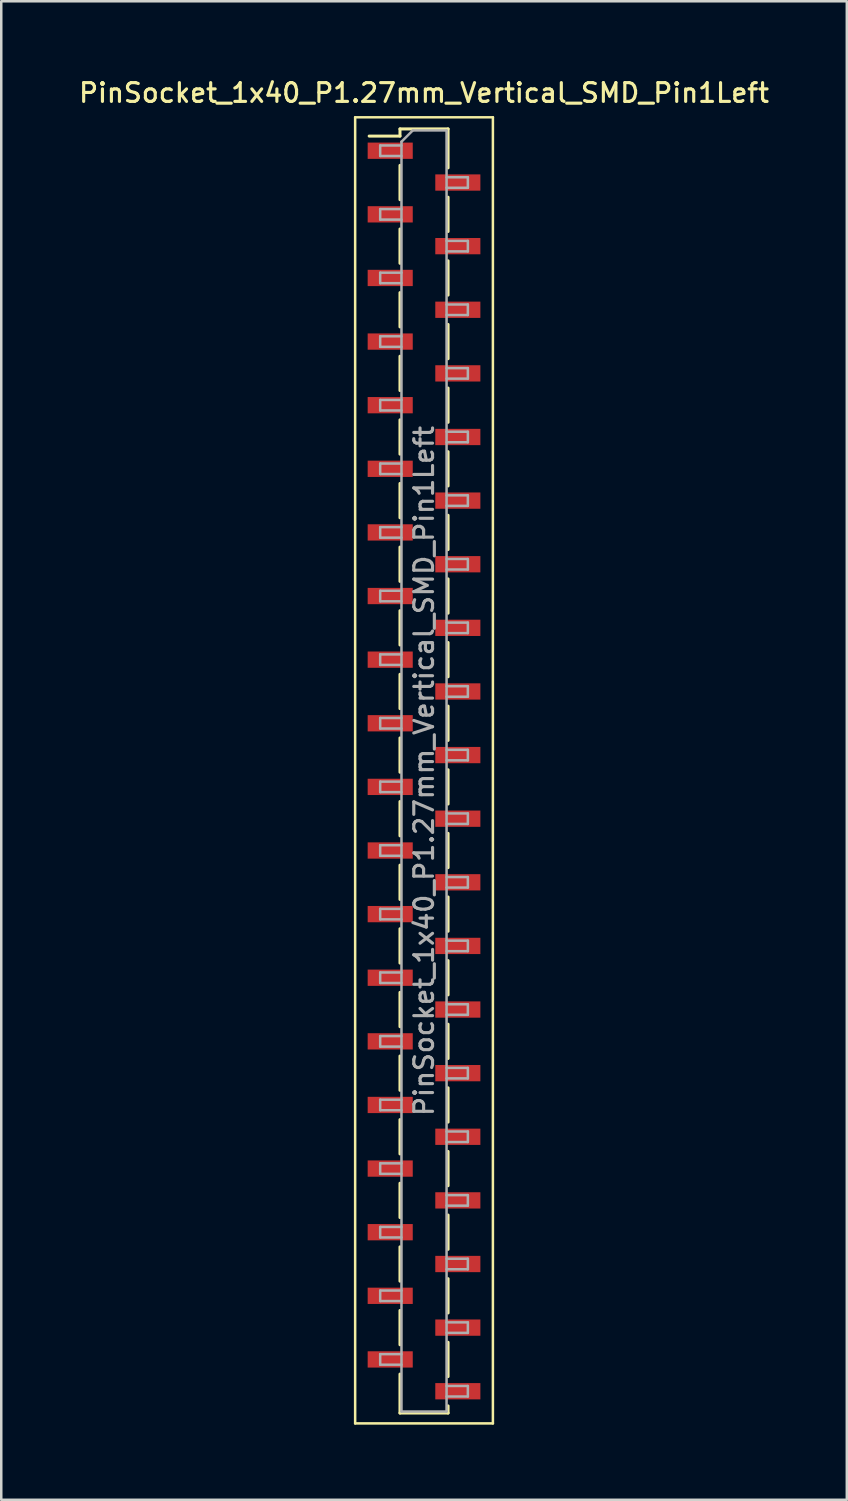
<source format=kicad_pcb>
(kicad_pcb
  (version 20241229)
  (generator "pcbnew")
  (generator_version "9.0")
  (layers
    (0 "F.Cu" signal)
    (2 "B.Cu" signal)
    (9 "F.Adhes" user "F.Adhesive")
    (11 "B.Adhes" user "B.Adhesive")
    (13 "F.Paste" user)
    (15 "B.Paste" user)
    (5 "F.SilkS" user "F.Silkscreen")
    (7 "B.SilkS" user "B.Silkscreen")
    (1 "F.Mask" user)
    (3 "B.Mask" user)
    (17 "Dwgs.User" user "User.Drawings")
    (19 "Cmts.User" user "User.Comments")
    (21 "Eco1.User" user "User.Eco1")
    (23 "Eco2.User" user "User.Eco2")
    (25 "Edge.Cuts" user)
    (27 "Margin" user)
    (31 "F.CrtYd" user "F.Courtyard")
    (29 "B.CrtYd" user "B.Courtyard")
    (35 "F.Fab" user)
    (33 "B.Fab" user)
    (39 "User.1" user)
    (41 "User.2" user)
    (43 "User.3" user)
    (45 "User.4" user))
  (footprint "PinSocket_1x40_P1.27mm_Vertical_SMD_Pin1Left"
    (layer "F.Cu")
    (at 13.88 27.733)
    (property "Reference" "PinSocket_1x40_P1.27mm_Vertical_SMD_Pin1Left" (at 0 -27.075 0) (layer "F.SilkS") (effects (font (size 0.75 0.75) (thickness 0.125))))
    (attr smd)
    (fp_line (start -2.75 -26.1) (end 2.75 -26.1) (stroke (width 0.1) (type solid)) (layer "F.SilkS"))
    (fp_line (start -2.75 26.05) (end -2.75 -26.1) (stroke (width 0.1) (type solid)) (layer "F.SilkS"))
    (fp_line (start -2.19 -25.35) (end -0.96 -25.35) (stroke (width 0.12) (type solid)) (layer "F.SilkS"))
    (fp_line (start -0.96 -25.635) (end -0.96 -25.35) (stroke (width 0.12) (type solid)) (layer "F.SilkS"))
    (fp_line (start -0.96 -25.635) (end 0.96 -25.635) (stroke (width 0.12) (type solid)) (layer "F.SilkS"))
    (fp_line (start -0.96 -24.18) (end -0.96 -22.81) (stroke (width 0.12) (type solid)) (layer "F.SilkS"))
    (fp_line (start -0.96 -21.64) (end -0.96 -20.27) (stroke (width 0.12) (type solid)) (layer "F.SilkS"))
    (fp_line (start -0.96 -19.1) (end -0.96 -17.73) (stroke (width 0.12) (type solid)) (layer "F.SilkS"))
    (fp_line (start -0.96 -16.56) (end -0.96 -15.19) (stroke (width 0.12) (type solid)) (layer "F.SilkS"))
    (fp_line (start -0.96 -14.02) (end -0.96 -12.65) (stroke (width 0.12) (type solid)) (layer "F.SilkS"))
    (fp_line (start -0.96 -11.48) (end -0.96 -10.11) (stroke (width 0.12) (type solid)) (layer "F.SilkS"))
    (fp_line (start -0.96 -8.94) (end -0.96 -7.57) (stroke (width 0.12) (type solid)) (layer "F.SilkS"))
    (fp_line (start -0.96 -6.4) (end -0.96 -5.03) (stroke (width 0.12) (type solid)) (layer "F.SilkS"))
    (fp_line (start -0.96 -3.86) (end -0.96 -2.49) (stroke (width 0.12) (type solid)) (layer "F.SilkS"))
    (fp_line (start -0.96 -1.32) (end -0.96 0.05) (stroke (width 0.12) (type solid)) (layer "F.SilkS"))
    (fp_line (start -0.96 1.22) (end -0.96 2.59) (stroke (width 0.12) (type solid)) (layer "F.SilkS"))
    (fp_line (start -0.96 3.76) (end -0.96 5.13) (stroke (width 0.12) (type solid)) (layer "F.SilkS"))
    (fp_line (start -0.96 6.3) (end -0.96 7.67) (stroke (width 0.12) (type solid)) (layer "F.SilkS"))
    (fp_line (start -0.96 8.84) (end -0.96 10.21) (stroke (width 0.12) (type solid)) (layer "F.SilkS"))
    (fp_line (start -0.96 11.38) (end -0.96 12.75) (stroke (width 0.12) (type solid)) (layer "F.SilkS"))
    (fp_line (start -0.96 13.92) (end -0.96 15.29) (stroke (width 0.12) (type solid)) (layer "F.SilkS"))
    (fp_line (start -0.96 16.46) (end -0.96 17.83) (stroke (width 0.12) (type solid)) (layer "F.SilkS"))
    (fp_line (start -0.96 19) (end -0.96 20.37) (stroke (width 0.12) (type solid)) (layer "F.SilkS"))
    (fp_line (start -0.96 21.54) (end -0.96 22.91) (stroke (width 0.12) (type solid)) (layer "F.SilkS"))
    (fp_line (start -0.96 24.08) (end -0.96 25.635) (stroke (width 0.12) (type solid)) (layer "F.SilkS"))
    (fp_line (start -0.96 25.635) (end 0.96 25.635) (stroke (width 0.12) (type solid)) (layer "F.SilkS"))
    (fp_line (start 0.96 -25.635) (end 0.96 -24.08) (stroke (width 0.12) (type solid)) (layer "F.SilkS"))
    (fp_line (start 0.96 -22.91) (end 0.96 -21.54) (stroke (width 0.12) (type solid)) (layer "F.SilkS"))
    (fp_line (start 0.96 -20.37) (end 0.96 -19) (stroke (width 0.12) (type solid)) (layer "F.SilkS"))
    (fp_line (start 0.96 -17.83) (end 0.96 -16.46) (stroke (width 0.12) (type solid)) (layer "F.SilkS"))
    (fp_line (start 0.96 -15.29) (end 0.96 -13.92) (stroke (width 0.12) (type solid)) (layer "F.SilkS"))
    (fp_line (start 0.96 -12.75) (end 0.96 -11.38) (stroke (width 0.12) (type solid)) (layer "F.SilkS"))
    (fp_line (start 0.96 -10.21) (end 0.96 -8.84) (stroke (width 0.12) (type solid)) (layer "F.SilkS"))
    (fp_line (start 0.96 -7.67) (end 0.96 -6.3) (stroke (width 0.12) (type solid)) (layer "F.SilkS"))
    (fp_line (start 0.96 -5.13) (end 0.96 -3.76) (stroke (width 0.12) (type solid)) (layer "F.SilkS"))
    (fp_line (start 0.96 -2.59) (end 0.96 -1.22) (stroke (width 0.12) (type solid)) (layer "F.SilkS"))
    (fp_line (start 0.96 -0.05) (end 0.96 1.32) (stroke (width 0.12) (type solid)) (layer "F.SilkS"))
    (fp_line (start 0.96 2.49) (end 0.96 3.86) (stroke (width 0.12) (type solid)) (layer "F.SilkS"))
    (fp_line (start 0.96 5.03) (end 0.96 6.4) (stroke (width 0.12) (type solid)) (layer "F.SilkS"))
    (fp_line (start 0.96 7.57) (end 0.96 8.94) (stroke (width 0.12) (type solid)) (layer "F.SilkS"))
    (fp_line (start 0.96 10.11) (end 0.96 11.48) (stroke (width 0.12) (type solid)) (layer "F.SilkS"))
    (fp_line (start 0.96 12.65) (end 0.96 14.02) (stroke (width 0.12) (type solid)) (layer "F.SilkS"))
    (fp_line (start 0.96 15.19) (end 0.96 16.56) (stroke (width 0.12) (type solid)) (layer "F.SilkS"))
    (fp_line (start 0.96 17.73) (end 0.96 19.1) (stroke (width 0.12) (type solid)) (layer "F.SilkS"))
    (fp_line (start 0.96 20.27) (end 0.96 21.64) (stroke (width 0.12) (type solid)) (layer "F.SilkS"))
    (fp_line (start 0.96 22.81) (end 0.96 24.18) (stroke (width 0.12) (type solid)) (layer "F.SilkS"))
    (fp_line (start 0.96 25.35) (end 0.96 25.635) (stroke (width 0.12) (type solid)) (layer "F.SilkS"))
    (fp_line (start 2.75 -26.1) (end 2.75 26.05) (stroke (width 0.1) (type solid)) (layer "F.SilkS"))
    (fp_line (start 2.75 26.05) (end -2.75 26.05) (stroke (width 0.1) (type solid)) (layer "F.SilkS"))
    (fp_line (start -1.75 -24.975) (end -0.9 -24.975) (stroke (width 0.1) (type solid)) (layer "F.Fab"))
    (fp_line (start -1.75 -24.555) (end -1.75 -24.975) (stroke (width 0.1) (type solid)) (layer "F.Fab"))
    (fp_line (start -1.75 -22.435) (end -0.9 -22.435) (stroke (width 0.1) (type solid)) (layer "F.Fab"))
    (fp_line (start -1.75 -22.015) (end -1.75 -22.435) (stroke (width 0.1) (type solid)) (layer "F.Fab"))
    (fp_line (start -1.75 -19.895) (end -0.9 -19.895) (stroke (width 0.1) (type solid)) (layer "F.Fab"))
    (fp_line (start -1.75 -19.475) (end -1.75 -19.895) (stroke (width 0.1) (type solid)) (layer "F.Fab"))
    (fp_line (start -1.75 -17.355) (end -0.9 -17.355) (stroke (width 0.1) (type solid)) (layer "F.Fab"))
    (fp_line (start -1.75 -16.935) (end -1.75 -17.355) (stroke (width 0.1) (type solid)) (layer "F.Fab"))
    (fp_line (start -1.75 -14.815) (end -0.9 -14.815) (stroke (width 0.1) (type solid)) (layer "F.Fab"))
    (fp_line (start -1.75 -14.395) (end -1.75 -14.815) (stroke (width 0.1) (type solid)) (layer "F.Fab"))
    (fp_line (start -1.75 -12.275) (end -0.9 -12.275) (stroke (width 0.1) (type solid)) (layer "F.Fab"))
    (fp_line (start -1.75 -11.855) (end -1.75 -12.275) (stroke (width 0.1) (type solid)) (layer "F.Fab"))
    (fp_line (start -1.75 -9.735) (end -0.9 -9.735) (stroke (width 0.1) (type solid)) (layer "F.Fab"))
    (fp_line (start -1.75 -9.315) (end -1.75 -9.735) (stroke (width 0.1) (type solid)) (layer "F.Fab"))
    (fp_line (start -1.75 -7.195) (end -0.9 -7.195) (stroke (width 0.1) (type solid)) (layer "F.Fab"))
    (fp_line (start -1.75 -6.775) (end -1.75 -7.195) (stroke (width 0.1) (type solid)) (layer "F.Fab"))
    (fp_line (start -1.75 -4.655) (end -0.9 -4.655) (stroke (width 0.1) (type solid)) (layer "F.Fab"))
    (fp_line (start -1.75 -4.235) (end -1.75 -4.655) (stroke (width 0.1) (type solid)) (layer "F.Fab"))
    (fp_line (start -1.75 -2.115) (end -0.9 -2.115) (stroke (width 0.1) (type solid)) (layer "F.Fab"))
    (fp_line (start -1.75 -1.695) (end -1.75 -2.115) (stroke (width 0.1) (type solid)) (layer "F.Fab"))
    (fp_line (start -1.75 0.425) (end -0.9 0.425) (stroke (width 0.1) (type solid)) (layer "F.Fab"))
    (fp_line (start -1.75 0.845) (end -1.75 0.425) (stroke (width 0.1) (type solid)) (layer "F.Fab"))
    (fp_line (start -1.75 2.965) (end -0.9 2.965) (stroke (width 0.1) (type solid)) (layer "F.Fab"))
    (fp_line (start -1.75 3.385) (end -1.75 2.965) (stroke (width 0.1) (type solid)) (layer "F.Fab"))
    (fp_line (start -1.75 5.505) (end -0.9 5.505) (stroke (width 0.1) (type solid)) (layer "F.Fab"))
    (fp_line (start -1.75 5.925) (end -1.75 5.505) (stroke (width 0.1) (type solid)) (layer "F.Fab"))
    (fp_line (start -1.75 8.045) (end -0.9 8.045) (stroke (width 0.1) (type solid)) (layer "F.Fab"))
    (fp_line (start -1.75 8.465) (end -1.75 8.045) (stroke (width 0.1) (type solid)) (layer "F.Fab"))
    (fp_line (start -1.75 10.585) (end -0.9 10.585) (stroke (width 0.1) (type solid)) (layer "F.Fab"))
    (fp_line (start -1.75 11.005) (end -1.75 10.585) (stroke (width 0.1) (type solid)) (layer "F.Fab"))
    (fp_line (start -1.75 13.125) (end -0.9 13.125) (stroke (width 0.1) (type solid)) (layer "F.Fab"))
    (fp_line (start -1.75 13.545) (end -1.75 13.125) (stroke (width 0.1) (type solid)) (layer "F.Fab"))
    (fp_line (start -1.75 15.665) (end -0.9 15.665) (stroke (width 0.1) (type solid)) (layer "F.Fab"))
    (fp_line (start -1.75 16.085) (end -1.75 15.665) (stroke (width 0.1) (type solid)) (layer "F.Fab"))
    (fp_line (start -1.75 18.205) (end -0.9 18.205) (stroke (width 0.1) (type solid)) (layer "F.Fab"))
    (fp_line (start -1.75 18.625) (end -1.75 18.205) (stroke (width 0.1) (type solid)) (layer "F.Fab"))
    (fp_line (start -1.75 20.745) (end -0.9 20.745) (stroke (width 0.1) (type solid)) (layer "F.Fab"))
    (fp_line (start -1.75 21.165) (end -1.75 20.745) (stroke (width 0.1) (type solid)) (layer "F.Fab"))
    (fp_line (start -1.75 23.285) (end -0.9 23.285) (stroke (width 0.1) (type solid)) (layer "F.Fab"))
    (fp_line (start -1.75 23.705) (end -1.75 23.285) (stroke (width 0.1) (type solid)) (layer "F.Fab"))
    (fp_line (start -0.9 -25.125) (end -0.45 -25.575) (stroke (width 0.1) (type solid)) (layer "F.Fab"))
    (fp_line (start -0.9 -24.555) (end -1.75 -24.555) (stroke (width 0.1) (type solid)) (layer "F.Fab"))
    (fp_line (start -0.9 -22.015) (end -1.75 -22.015) (stroke (width 0.1) (type solid)) (layer "F.Fab"))
    (fp_line (start -0.9 -19.475) (end -1.75 -19.475) (stroke (width 0.1) (type solid)) (layer "F.Fab"))
    (fp_line (start -0.9 -16.935) (end -1.75 -16.935) (stroke (width 0.1) (type solid)) (layer "F.Fab"))
    (fp_line (start -0.9 -14.395) (end -1.75 -14.395) (stroke (width 0.1) (type solid)) (layer "F.Fab"))
    (fp_line (start -0.9 -11.855) (end -1.75 -11.855) (stroke (width 0.1) (type solid)) (layer "F.Fab"))
    (fp_line (start -0.9 -9.315) (end -1.75 -9.315) (stroke (width 0.1) (type solid)) (layer "F.Fab"))
    (fp_line (start -0.9 -6.775) (end -1.75 -6.775) (stroke (width 0.1) (type solid)) (layer "F.Fab"))
    (fp_line (start -0.9 -4.235) (end -1.75 -4.235) (stroke (width 0.1) (type solid)) (layer "F.Fab"))
    (fp_line (start -0.9 -1.695) (end -1.75 -1.695) (stroke (width 0.1) (type solid)) (layer "F.Fab"))
    (fp_line (start -0.9 0.845) (end -1.75 0.845) (stroke (width 0.1) (type solid)) (layer "F.Fab"))
    (fp_line (start -0.9 3.385) (end -1.75 3.385) (stroke (width 0.1) (type solid)) (layer "F.Fab"))
    (fp_line (start -0.9 5.925) (end -1.75 5.925) (stroke (width 0.1) (type solid)) (layer "F.Fab"))
    (fp_line (start -0.9 8.465) (end -1.75 8.465) (stroke (width 0.1) (type solid)) (layer "F.Fab"))
    (fp_line (start -0.9 11.005) (end -1.75 11.005) (stroke (width 0.1) (type solid)) (layer "F.Fab"))
    (fp_line (start -0.9 13.545) (end -1.75 13.545) (stroke (width 0.1) (type solid)) (layer "F.Fab"))
    (fp_line (start -0.9 16.085) (end -1.75 16.085) (stroke (width 0.1) (type solid)) (layer "F.Fab"))
    (fp_line (start -0.9 18.625) (end -1.75 18.625) (stroke (width 0.1) (type solid)) (layer "F.Fab"))
    (fp_line (start -0.9 21.165) (end -1.75 21.165) (stroke (width 0.1) (type solid)) (layer "F.Fab"))
    (fp_line (start -0.9 23.705) (end -1.75 23.705) (stroke (width 0.1) (type solid)) (layer "F.Fab"))
    (fp_line (start -0.9 25.575) (end -0.9 -25.125) (stroke (width 0.1) (type solid)) (layer "F.Fab"))
    (fp_line (start -0.45 -25.575) (end 0.9 -25.575) (stroke (width 0.1) (type solid)) (layer "F.Fab"))
    (fp_line (start 0.9 -25.575) (end 0.9 25.575) (stroke (width 0.1) (type solid)) (layer "F.Fab"))
    (fp_line (start 0.9 -23.705) (end 1.75 -23.705) (stroke (width 0.1) (type solid)) (layer "F.Fab"))
    (fp_line (start 0.9 -21.165) (end 1.75 -21.165) (stroke (width 0.1) (type solid)) (layer "F.Fab"))
    (fp_line (start 0.9 -18.625) (end 1.75 -18.625) (stroke (width 0.1) (type solid)) (layer "F.Fab"))
    (fp_line (start 0.9 -16.085) (end 1.75 -16.085) (stroke (width 0.1) (type solid)) (layer "F.Fab"))
    (fp_line (start 0.9 -13.545) (end 1.75 -13.545) (stroke (width 0.1) (type solid)) (layer "F.Fab"))
    (fp_line (start 0.9 -11.005) (end 1.75 -11.005) (stroke (width 0.1) (type solid)) (layer "F.Fab"))
    (fp_line (start 0.9 -8.465) (end 1.75 -8.465) (stroke (width 0.1) (type solid)) (layer "F.Fab"))
    (fp_line (start 0.9 -5.925) (end 1.75 -5.925) (stroke (width 0.1) (type solid)) (layer "F.Fab"))
    (fp_line (start 0.9 -3.385) (end 1.75 -3.385) (stroke (width 0.1) (type solid)) (layer "F.Fab"))
    (fp_line (start 0.9 -0.845) (end 1.75 -0.845) (stroke (width 0.1) (type solid)) (layer "F.Fab"))
    (fp_line (start 0.9 1.695) (end 1.75 1.695) (stroke (width 0.1) (type solid)) (layer "F.Fab"))
    (fp_line (start 0.9 4.235) (end 1.75 4.235) (stroke (width 0.1) (type solid)) (layer "F.Fab"))
    (fp_line (start 0.9 6.775) (end 1.75 6.775) (stroke (width 0.1) (type solid)) (layer "F.Fab"))
    (fp_line (start 0.9 9.315) (end 1.75 9.315) (stroke (width 0.1) (type solid)) (layer "F.Fab"))
    (fp_line (start 0.9 11.855) (end 1.75 11.855) (stroke (width 0.1) (type solid)) (layer "F.Fab"))
    (fp_line (start 0.9 14.395) (end 1.75 14.395) (stroke (width 0.1) (type solid)) (layer "F.Fab"))
    (fp_line (start 0.9 16.935) (end 1.75 16.935) (stroke (width 0.1) (type solid)) (layer "F.Fab"))
    (fp_line (start 0.9 19.475) (end 1.75 19.475) (stroke (width 0.1) (type solid)) (layer "F.Fab"))
    (fp_line (start 0.9 22.015) (end 1.75 22.015) (stroke (width 0.1) (type solid)) (layer "F.Fab"))
    (fp_line (start 0.9 24.555) (end 1.75 24.555) (stroke (width 0.1) (type solid)) (layer "F.Fab"))
    (fp_line (start 0.9 25.575) (end -0.9 25.575) (stroke (width 0.1) (type solid)) (layer "F.Fab"))
    (fp_line (start 1.75 -23.705) (end 1.75 -23.285) (stroke (width 0.1) (type solid)) (layer "F.Fab"))
    (fp_line (start 1.75 -23.285) (end 0.9 -23.285) (stroke (width 0.1) (type solid)) (layer "F.Fab"))
    (fp_line (start 1.75 -21.165) (end 1.75 -20.745) (stroke (width 0.1) (type solid)) (layer "F.Fab"))
    (fp_line (start 1.75 -20.745) (end 0.9 -20.745) (stroke (width 0.1) (type solid)) (layer "F.Fab"))
    (fp_line (start 1.75 -18.625) (end 1.75 -18.205) (stroke (width 0.1) (type solid)) (layer "F.Fab"))
    (fp_line (start 1.75 -18.205) (end 0.9 -18.205) (stroke (width 0.1) (type solid)) (layer "F.Fab"))
    (fp_line (start 1.75 -16.085) (end 1.75 -15.665) (stroke (width 0.1) (type solid)) (layer "F.Fab"))
    (fp_line (start 1.75 -15.665) (end 0.9 -15.665) (stroke (width 0.1) (type solid)) (layer "F.Fab"))
    (fp_line (start 1.75 -13.545) (end 1.75 -13.125) (stroke (width 0.1) (type solid)) (layer "F.Fab"))
    (fp_line (start 1.75 -13.125) (end 0.9 -13.125) (stroke (width 0.1) (type solid)) (layer "F.Fab"))
    (fp_line (start 1.75 -11.005) (end 1.75 -10.585) (stroke (width 0.1) (type solid)) (layer "F.Fab"))
    (fp_line (start 1.75 -10.585) (end 0.9 -10.585) (stroke (width 0.1) (type solid)) (layer "F.Fab"))
    (fp_line (start 1.75 -8.465) (end 1.75 -8.045) (stroke (width 0.1) (type solid)) (layer "F.Fab"))
    (fp_line (start 1.75 -8.045) (end 0.9 -8.045) (stroke (width 0.1) (type solid)) (layer "F.Fab"))
    (fp_line (start 1.75 -5.925) (end 1.75 -5.505) (stroke (width 0.1) (type solid)) (layer "F.Fab"))
    (fp_line (start 1.75 -5.505) (end 0.9 -5.505) (stroke (width 0.1) (type solid)) (layer "F.Fab"))
    (fp_line (start 1.75 -3.385) (end 1.75 -2.965) (stroke (width 0.1) (type solid)) (layer "F.Fab"))
    (fp_line (start 1.75 -2.965) (end 0.9 -2.965) (stroke (width 0.1) (type solid)) (layer "F.Fab"))
    (fp_line (start 1.75 -0.845) (end 1.75 -0.425) (stroke (width 0.1) (type solid)) (layer "F.Fab"))
    (fp_line (start 1.75 -0.425) (end 0.9 -0.425) (stroke (width 0.1) (type solid)) (layer "F.Fab"))
    (fp_line (start 1.75 1.695) (end 1.75 2.115) (stroke (width 0.1) (type solid)) (layer "F.Fab"))
    (fp_line (start 1.75 2.115) (end 0.9 2.115) (stroke (width 0.1) (type solid)) (layer "F.Fab"))
    (fp_line (start 1.75 4.235) (end 1.75 4.655) (stroke (width 0.1) (type solid)) (layer "F.Fab"))
    (fp_line (start 1.75 4.655) (end 0.9 4.655) (stroke (width 0.1) (type solid)) (layer "F.Fab"))
    (fp_line (start 1.75 6.775) (end 1.75 7.195) (stroke (width 0.1) (type solid)) (layer "F.Fab"))
    (fp_line (start 1.75 7.195) (end 0.9 7.195) (stroke (width 0.1) (type solid)) (layer "F.Fab"))
    (fp_line (start 1.75 9.315) (end 1.75 9.735) (stroke (width 0.1) (type solid)) (layer "F.Fab"))
    (fp_line (start 1.75 9.735) (end 0.9 9.735) (stroke (width 0.1) (type solid)) (layer "F.Fab"))
    (fp_line (start 1.75 11.855) (end 1.75 12.275) (stroke (width 0.1) (type solid)) (layer "F.Fab"))
    (fp_line (start 1.75 12.275) (end 0.9 12.275) (stroke (width 0.1) (type solid)) (layer "F.Fab"))
    (fp_line (start 1.75 14.395) (end 1.75 14.815) (stroke (width 0.1) (type solid)) (layer "F.Fab"))
    (fp_line (start 1.75 14.815) (end 0.9 14.815) (stroke (width 0.1) (type solid)) (layer "F.Fab"))
    (fp_line (start 1.75 16.935) (end 1.75 17.355) (stroke (width 0.1) (type solid)) (layer "F.Fab"))
    (fp_line (start 1.75 17.355) (end 0.9 17.355) (stroke (width 0.1) (type solid)) (layer "F.Fab"))
    (fp_line (start 1.75 19.475) (end 1.75 19.895) (stroke (width 0.1) (type solid)) (layer "F.Fab"))
    (fp_line (start 1.75 19.895) (end 0.9 19.895) (stroke (width 0.1) (type solid)) (layer "F.Fab"))
    (fp_line (start 1.75 22.015) (end 1.75 22.435) (stroke (width 0.1) (type solid)) (layer "F.Fab"))
    (fp_line (start 1.75 22.435) (end 0.9 22.435) (stroke (width 0.1) (type solid)) (layer "F.Fab"))
    (fp_line (start 1.75 24.555) (end 1.75 24.975) (stroke (width 0.1) (type solid)) (layer "F.Fab"))
    (fp_line (start 1.75 24.975) (end 0.9 24.975) (stroke (width 0.1) (type solid)) (layer "F.Fab"))
    (fp_text user "${REFERENCE}" (at 0 0 90) (layer "F.Fab") (effects (font (size 0.75 0.75) (thickness 0.125))))
    (pad "1" smd rect (at -1.35 -24.765) (size 1.8 0.65) (layers "F.Cu" "F.Mask" "F.Paste"))
    (pad "2" smd rect (at 1.35 -23.495) (size 1.8 0.65) (layers "F.Cu" "F.Mask" "F.Paste"))
    (pad "3" smd rect (at -1.35 -22.225) (size 1.8 0.65) (layers "F.Cu" "F.Mask" "F.Paste"))
    (pad "4" smd rect (at 1.35 -20.955) (size 1.8 0.65) (layers "F.Cu" "F.Mask" "F.Paste"))
    (pad "5" smd rect (at -1.35 -19.685) (size 1.8 0.65) (layers "F.Cu" "F.Mask" "F.Paste"))
    (pad "6" smd rect (at 1.35 -18.415) (size 1.8 0.65) (layers "F.Cu" "F.Mask" "F.Paste"))
    (pad "7" smd rect (at -1.35 -17.145) (size 1.8 0.65) (layers "F.Cu" "F.Mask" "F.Paste"))
    (pad "8" smd rect (at 1.35 -15.875) (size 1.8 0.65) (layers "F.Cu" "F.Mask" "F.Paste"))
    (pad "9" smd rect (at -1.35 -14.605) (size 1.8 0.65) (layers "F.Cu" "F.Mask" "F.Paste"))
    (pad "10" smd rect (at 1.35 -13.335) (size 1.8 0.65) (layers "F.Cu" "F.Mask" "F.Paste"))
    (pad "11" smd rect (at -1.35 -12.065) (size 1.8 0.65) (layers "F.Cu" "F.Mask" "F.Paste"))
    (pad "12" smd rect (at 1.35 -10.795) (size 1.8 0.65) (layers "F.Cu" "F.Mask" "F.Paste"))
    (pad "13" smd rect (at -1.35 -9.525) (size 1.8 0.65) (layers "F.Cu" "F.Mask" "F.Paste"))
    (pad "14" smd rect (at 1.35 -8.255) (size 1.8 0.65) (layers "F.Cu" "F.Mask" "F.Paste"))
    (pad "15" smd rect (at -1.35 -6.985) (size 1.8 0.65) (layers "F.Cu" "F.Mask" "F.Paste"))
    (pad "16" smd rect (at 1.35 -5.715) (size 1.8 0.65) (layers "F.Cu" "F.Mask" "F.Paste"))
    (pad "17" smd rect (at -1.35 -4.445) (size 1.8 0.65) (layers "F.Cu" "F.Mask" "F.Paste"))
    (pad "18" smd rect (at 1.35 -3.175) (size 1.8 0.65) (layers "F.Cu" "F.Mask" "F.Paste"))
    (pad "19" smd rect (at -1.35 -1.905) (size 1.8 0.65) (layers "F.Cu" "F.Mask" "F.Paste"))
    (pad "20" smd rect (at 1.35 -0.635) (size 1.8 0.65) (layers "F.Cu" "F.Mask" "F.Paste"))
    (pad "21" smd rect (at -1.35 0.635) (size 1.8 0.65) (layers "F.Cu" "F.Mask" "F.Paste"))
    (pad "22" smd rect (at 1.35 1.905) (size 1.8 0.65) (layers "F.Cu" "F.Mask" "F.Paste"))
    (pad "23" smd rect (at -1.35 3.175) (size 1.8 0.65) (layers "F.Cu" "F.Mask" "F.Paste"))
    (pad "24" smd rect (at 1.35 4.445) (size 1.8 0.65) (layers "F.Cu" "F.Mask" "F.Paste"))
    (pad "25" smd rect (at -1.35 5.715) (size 1.8 0.65) (layers "F.Cu" "F.Mask" "F.Paste"))
    (pad "26" smd rect (at 1.35 6.985) (size 1.8 0.65) (layers "F.Cu" "F.Mask" "F.Paste"))
    (pad "27" smd rect (at -1.35 8.255) (size 1.8 0.65) (layers "F.Cu" "F.Mask" "F.Paste"))
    (pad "28" smd rect (at 1.35 9.525) (size 1.8 0.65) (layers "F.Cu" "F.Mask" "F.Paste"))
    (pad "29" smd rect (at -1.35 10.795) (size 1.8 0.65) (layers "F.Cu" "F.Mask" "F.Paste"))
    (pad "30" smd rect (at 1.35 12.065) (size 1.8 0.65) (layers "F.Cu" "F.Mask" "F.Paste"))
    (pad "31" smd rect (at -1.35 13.335) (size 1.8 0.65) (layers "F.Cu" "F.Mask" "F.Paste"))
    (pad "32" smd rect (at 1.35 14.605) (size 1.8 0.65) (layers "F.Cu" "F.Mask" "F.Paste"))
    (pad "33" smd rect (at -1.35 15.875) (size 1.8 0.65) (layers "F.Cu" "F.Mask" "F.Paste"))
    (pad "34" smd rect (at 1.35 17.145) (size 1.8 0.65) (layers "F.Cu" "F.Mask" "F.Paste"))
    (pad "35" smd rect (at -1.35 18.415) (size 1.8 0.65) (layers "F.Cu" "F.Mask" "F.Paste"))
    (pad "36" smd rect (at 1.35 19.685) (size 1.8 0.65) (layers "F.Cu" "F.Mask" "F.Paste"))
    (pad "37" smd rect (at -1.35 20.955) (size 1.8 0.65) (layers "F.Cu" "F.Mask" "F.Paste"))
    (pad "38" smd rect (at 1.35 22.225) (size 1.8 0.65) (layers "F.Cu" "F.Mask" "F.Paste"))
    (pad "39" smd rect (at -1.35 23.495) (size 1.8 0.65) (layers "F.Cu" "F.Mask" "F.Paste"))
    (pad "40" smd rect (at 1.35 24.765) (size 1.8 0.65) (layers "F.Cu" "F.Mask" "F.Paste")))
  (gr_rect
    (start -3 -3)
    (end 30.761 56.833)
    (stroke (width 0.1) (type default))
    (fill no)
    (layer "Edge.Cuts")))
</source>
